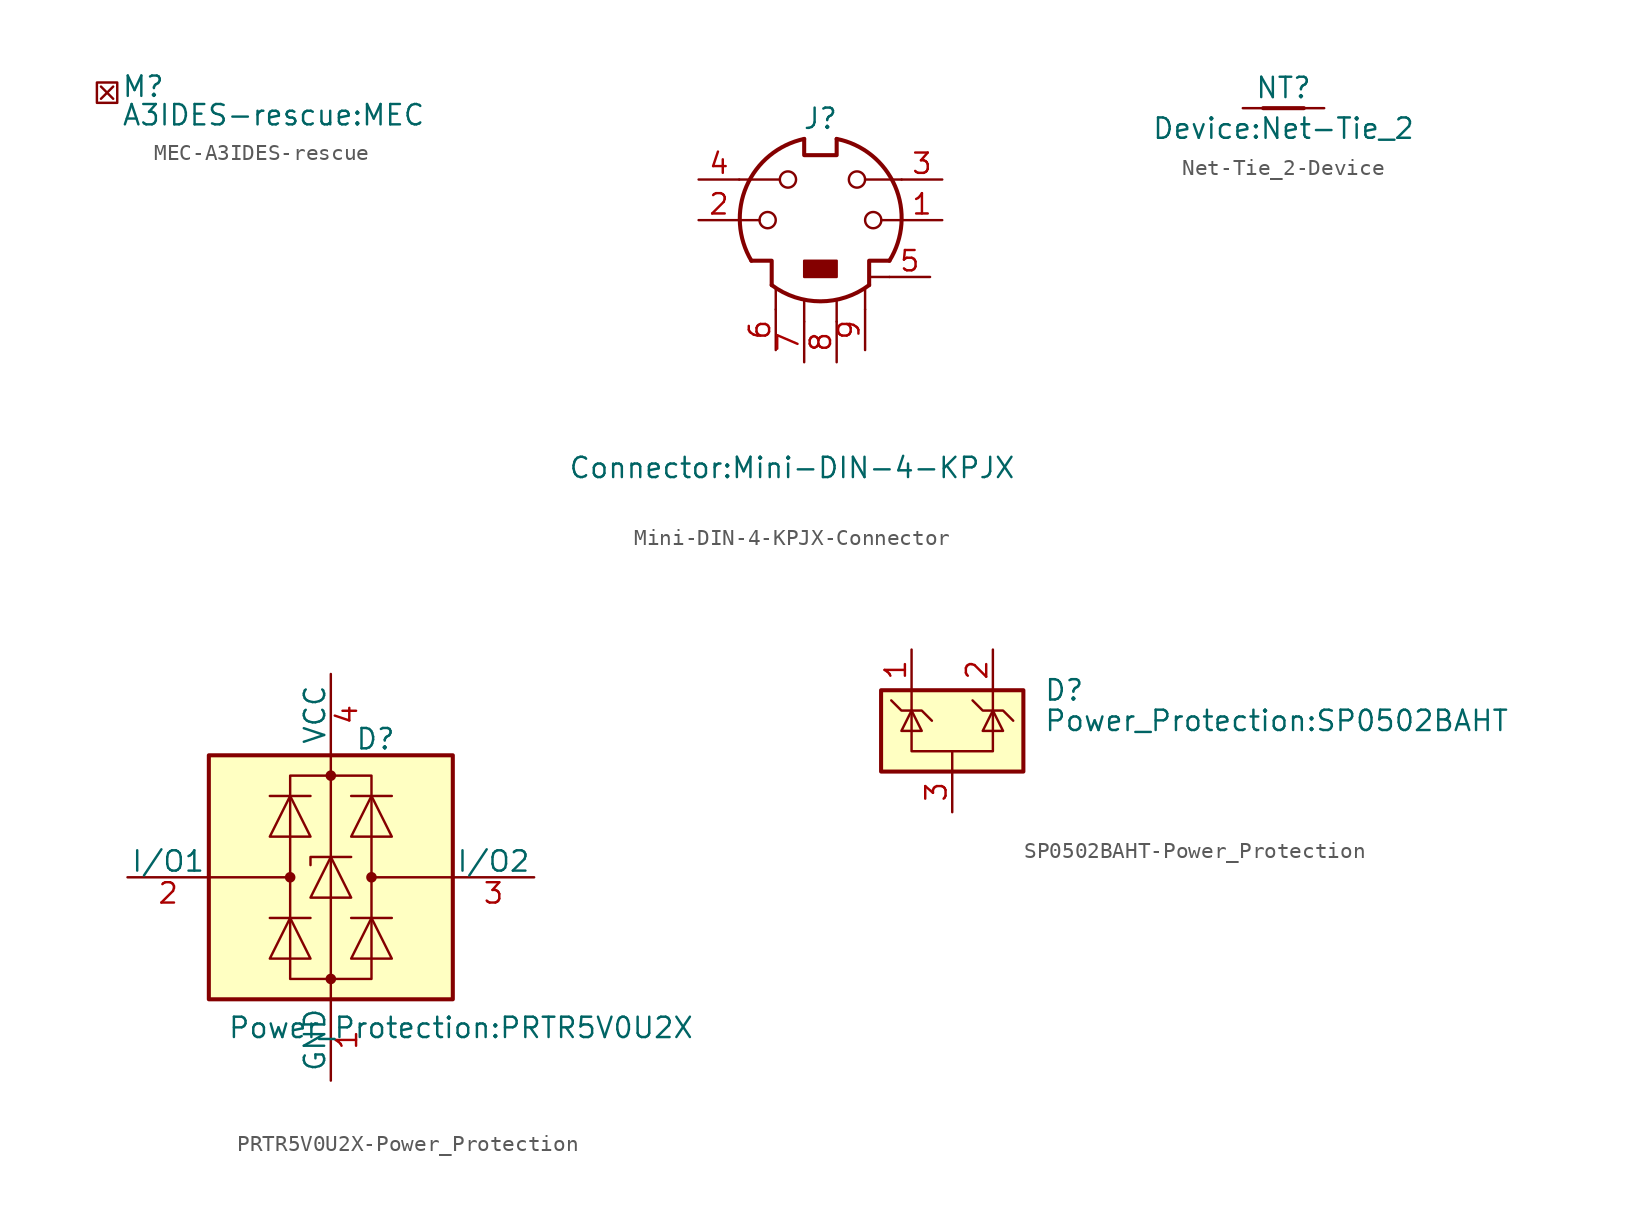
<source format=kicad_sym>
(kicad_symbol_lib
  (version 20231120)
  (generator "kicad_symbol_editor")
  (generator_version "8.0")
  (symbol "MEC-A3IDES-rescue"
    (pin_names
      (offset 1.016))
    (property "Reference" "M"
      (at 1.27 1.016 0)
      (effects (font (size 1.27 1.27)) (justify left)))
    (property "Value" "A3IDES-rescue:MEC"
      (at 1.27 -0.762 0)
      (effects (font (size 1.27 1.27)) (justify left)))
    (symbol "MEC-A3IDES-rescue_0_1"
      (rectangle (start -0.254 1.27) (end 1.016 0) (stroke (width 0) (type solid)) (fill (type none)))
      (polyline (pts (xy 0 0.254) (xy 0.762 1.016)) (stroke (width 0) (type solid)) (fill (type none)))
      (polyline (pts (xy 0.762 0.254) (xy 0 1.016)) (stroke (width 0) (type solid)) (fill (type none)))))
  (symbol "Mini-DIN-4-KPJX-Connector"
    (pin_names
      (offset 1.016))
    (property "Reference" "J"
      (at 0 6.35 0)
      (effects (font (size 1.27 1.27))))
    (property "Value" "Connector:Mini-DIN-4-KPJX"
      (at -1.778 -15.494 0)
      (effects (font (size 1.27 1.27))))
    (symbol "Mini-DIN-4-KPJX-Connector_0_1"
      (circle (center -3.302 0) (radius 0.508) (stroke (width 0) (type solid)) (fill (type none)))
      (arc (start -3.048 -4.064) (mid 0 -5.08) (end 3.048 -4.064) (stroke (width 0.254) (type solid)) (fill (type none)))
      (circle (center -2.032 2.54) (radius 0.508) (stroke (width 0) (type solid)) (fill (type none)))
      (rectangle (start -1.016 -2.54) (end 1.016 -3.556) (stroke (width 0) (type solid)) (fill (type outline)))
      (arc (start -1.016 5.08) (mid -4.6228 2.1214) (end -4.318 -2.54) (stroke (width 0.254) (type solid)) (fill (type none)))
      (polyline (pts (xy -3.81 0) (xy -5.08 0)) (stroke (width 0) (type solid)) (fill (type none)))
      (polyline (pts (xy -2.794 -5.588) (xy -2.794 -4.318)) (stroke (width 0) (type solid)) (fill (type none)))
      (polyline (pts (xy -2.54 2.54) (xy -5.08 2.54)) (stroke (width 0) (type solid)) (fill (type none)))
      (polyline (pts (xy -1.016 -6.35) (xy -1.016 -5.08)) (stroke (width 0) (type solid)) (fill (type none)))
      (polyline (pts (xy 1.016 -6.35) (xy 1.016 -5.08)) (stroke (width 0) (type solid)) (fill (type none)))
      (polyline (pts (xy 2.794 -5.588) (xy 2.794 -4.318)) (stroke (width 0) (type solid)) (fill (type none)))
      (polyline (pts (xy 2.794 2.54) (xy 5.08 2.54)) (stroke (width 0) (type solid)) (fill (type none)))
      (polyline (pts (xy 4.318 -3.556) (xy 3.048 -3.556)) (stroke (width 0) (type solid)) (fill (type none)))
      (polyline (pts (xy 5.08 0) (xy 3.81 0)) (stroke (width 0) (type solid)) (fill (type none)))
      (polyline (pts (xy -4.318 -2.54) (xy -3.048 -2.54) (xy -3.048 -4.064)) (stroke (width 0.254) (type solid)) (fill (type none)))
      (polyline (pts (xy 4.318 -2.54) (xy 3.048 -2.54) (xy 3.048 -4.064)) (stroke (width 0.254) (type solid)) (fill (type none)))
      (polyline (pts (xy -1.016 5.08) (xy -1.016 4.064) (xy 1.016 4.064) (xy 1.016 5.08)) (stroke (width 0.254) (type solid)) (fill (type none)))
      (circle (center 2.286 2.54) (radius 0.508) (stroke (width 0) (type solid)) (fill (type none)))
      (circle (center 3.302 0) (radius 0.508) (stroke (width 0) (type solid)) (fill (type none)))
      (arc (start 4.318 -2.54) (mid 4.6661 2.1322) (end 1.016 5.08) (stroke (width 0.254) (type solid)) (fill (type none))))
    (symbol "Mini-DIN-4-KPJX-Connector_1_1"
      (pin passive line (at 7.62 0 180) (length 2.54) (name "~" (effects (font (size 1.27 1.27)))) (number "1" (effects (font (size 1.27 1.27)))))
      (pin passive line (at -7.62 0 0) (length 2.54) (name "~" (effects (font (size 1.27 1.27)))) (number "2" (effects (font (size 1.27 1.27)))))
      (pin passive line (at 7.62 2.54 180) (length 2.54) (name "~" (effects (font (size 1.27 1.27)))) (number "3" (effects (font (size 1.27 1.27)))))
      (pin passive line (at -7.62 2.54 0) (length 2.54) (name "~" (effects (font (size 1.27 1.27)))) (number "4" (effects (font (size 1.27 1.27)))))
      (pin passive line (at 6.858 -3.556 180) (length 2.54) (name "~" (effects (font (size 1.27 1.27)))) (number "5" (effects (font (size 1.27 1.27)))))
      (pin passive line (at -2.794 -8.128 90) (length 2.54) (name "~" (effects (font (size 1.27 1.27)))) (number "6" (effects (font (size 1.27 1.27)))))
      (pin passive line (at -1.016 -8.89 90) (length 2.54) (name "~" (effects (font (size 1.27 1.27)))) (number "7" (effects (font (size 1.27 1.27)))))
      (pin passive line (at 1.016 -8.89 90) (length 2.54) (name "~" (effects (font (size 1.27 1.27)))) (number "8" (effects (font (size 1.27 1.27)))))
      (pin passive line (at 2.794 -8.128 90) (length 2.54) (name "~" (effects (font (size 1.27 1.27)))) (number "9" (effects (font (size 1.27 1.27)))))))
  (symbol "Net-Tie_2-Device"
    (pin_numbers hide)
    (pin_names
      (offset 0) hide)
    (property "Reference" "NT"
      (at 0 1.27 0)
      (effects (font (size 1.27 1.27))))
    (property "Value" "Device:Net-Tie_2"
      (at 0 -1.27 0)
      (effects (font (size 1.27 1.27))))
    (symbol "Net-Tie_2-Device_0_1"
      (polyline (pts (xy -1.27 0) (xy 1.27 0)) (stroke (width 0.254) (type solid)) (fill (type none))))
    (symbol "Net-Tie_2-Device_1_1"
      (pin passive line (at -2.54 0 0) (length 2.54) (name "1" (effects (font (size 1.27 1.27)))) (number "1" (effects (font (size 1.27 1.27)))))
      (pin passive line (at 2.54 0 180) (length 2.54) (name "2" (effects (font (size 1.27 1.27)))) (number "2" (effects (font (size 1.27 1.27)))))))
  (symbol "PRTR5V0U2X-Power_Protection"
    (pin_names
      (offset 0))
    (property "Reference" "D"
      (at 2.794 8.636 0)
      (effects (font (size 1.27 1.27))))
    (property "Value" "Power_Protection:PRTR5V0U2X"
      (at 8.128 -9.398 0)
      (effects (font (size 1.27 1.27))))
    (symbol "PRTR5V0U2X-Power_Protection_0_1"
      (rectangle (start -7.62 -7.62) (end 7.62 7.62) (stroke (width 0.254) (type solid)) (fill (type background)))
      (circle (center -2.54 0) (radius 0.254) (stroke (width 0) (type solid)) (fill (type outline)))
      (circle (center 0 -6.35) (radius 0.254) (stroke (width 0) (type solid)) (fill (type outline)))
      (polyline (pts (xy -2.54 -2.54) (xy -2.54 5.08)) (stroke (width 0) (type solid)) (fill (type none)))
      (polyline (pts (xy -2.54 0) (xy -7.62 0)) (stroke (width 0) (type solid)) (fill (type none)))
      (polyline (pts (xy -1.27 -2.54) (xy -3.81 -2.54)) (stroke (width 0) (type solid)) (fill (type none)))
      (polyline (pts (xy -1.27 5.08) (xy -3.81 5.08)) (stroke (width 0) (type solid)) (fill (type none)))
      (polyline (pts (xy 0 -7.62) (xy 0 -6.35)) (stroke (width 0) (type solid)) (fill (type none)))
      (polyline (pts (xy 0 -6.35) (xy 0 1.27)) (stroke (width 0) (type solid)) (fill (type none)))
      (polyline (pts (xy 0 1.27) (xy 0 6.35)) (stroke (width 0) (type solid)) (fill (type none)))
      (polyline (pts (xy 0 6.35) (xy 0 7.62)) (stroke (width 0) (type solid)) (fill (type none)))
      (polyline (pts (xy 1.27 -2.54) (xy 3.81 -2.54)) (stroke (width 0) (type solid)) (fill (type none)))
      (polyline (pts (xy 1.27 5.08) (xy 3.81 5.08)) (stroke (width 0) (type solid)) (fill (type none)))
      (polyline (pts (xy 2.54 -2.54) (xy 2.54 5.08)) (stroke (width 0) (type solid)) (fill (type none)))
      (polyline (pts (xy 2.54 0) (xy 7.62 0)) (stroke (width 0) (type solid)) (fill (type none)))
      (polyline (pts (xy 0 -6.35) (xy -2.54 -6.35) (xy -2.54 -2.54)) (stroke (width 0) (type solid)) (fill (type none)))
      (polyline (pts (xy 1.27 1.27) (xy -1.27 1.27) (xy -1.27 0.762)) (stroke (width 0) (type solid)) (fill (type none)))
      (polyline (pts (xy 2.54 -2.54) (xy 2.54 -6.35) (xy 0 -6.35)) (stroke (width 0) (type solid)) (fill (type none)))
      (polyline (pts (xy -3.81 -5.08) (xy -1.27 -5.08) (xy -2.54 -2.54) (xy -3.81 -5.08)) (stroke (width 0) (type solid)) (fill (type none)))
      (polyline (pts (xy -3.81 2.54) (xy -1.27 2.54) (xy -2.54 5.08) (xy -3.81 2.54)) (stroke (width 0) (type solid)) (fill (type none)))
      (polyline (pts (xy -2.54 5.08) (xy -2.54 6.35) (xy 2.54 6.35) (xy 2.54 5.08)) (stroke (width 0) (type solid)) (fill (type none)))
      (polyline (pts (xy -1.27 -1.27) (xy 1.27 -1.27) (xy 0 1.27) (xy -1.27 -1.27)) (stroke (width 0) (type solid)) (fill (type none)))
      (polyline (pts (xy 3.81 -5.08) (xy 1.27 -5.08) (xy 2.54 -2.54) (xy 3.81 -5.08)) (stroke (width 0) (type solid)) (fill (type none)))
      (polyline (pts (xy 3.81 2.54) (xy 1.27 2.54) (xy 2.54 5.08) (xy 3.81 2.54)) (stroke (width 0) (type solid)) (fill (type none)))
      (circle (center 0 6.35) (radius 0.254) (stroke (width 0) (type solid)) (fill (type outline)))
      (circle (center 2.54 0) (radius 0.254) (stroke (width 0) (type solid)) (fill (type outline))))
    (symbol "PRTR5V0U2X-Power_Protection_1_1"
      (pin power_in line (at 0 -12.7 90) (length 5.08) (name "GND" (effects (font (size 1.27 1.27)))) (number "1" (effects (font (size 1.27 1.27)))))
      (pin passive line (at -12.7 0 0) (length 5.08) (name "I/O1" (effects (font (size 1.27 1.27)))) (number "2" (effects (font (size 1.27 1.27)))))
      (pin passive line (at 12.7 0 180) (length 5.08) (name "I/O2" (effects (font (size 1.27 1.27)))) (number "3" (effects (font (size 1.27 1.27)))))
      (pin power_in line (at 0 12.7 270) (length 5.08) (name "VCC" (effects (font (size 1.27 1.27)))) (number "4" (effects (font (size 1.27 1.27)))))))
  (symbol "SP0502BAHT-Power_Protection"
    (pin_names
      (offset 1.016) hide)
    (property "Reference" "D"
      (at 5.715 2.54 0)
      (effects (font (size 1.27 1.27)) (justify left)))
    (property "Value" "Power_Protection:SP0502BAHT"
      (at 5.715 0.635 0)
      (effects (font (size 1.27 1.27)) (justify left)))
    (symbol "SP0502BAHT-Power_Protection_0_0"
      (pin input line (at 0 -5.08 90) (length 2.54) (name "A" (effects (font (size 1.27 1.27)))) (number "3" (effects (font (size 1.27 1.27))))))
    (symbol "SP0502BAHT-Power_Protection_0_1"
      (rectangle (start -4.445 2.54) (end 4.445 -2.54) (stroke (width 0.254) (type solid)) (fill (type background)))
      (polyline (pts (xy -2.54 2.54) (xy -2.54 1.27)) (stroke (width 0) (type solid)) (fill (type none)))
      (polyline (pts (xy 0 -1.27) (xy 0 -2.54)) (stroke (width 0) (type solid)) (fill (type none)))
      (polyline (pts (xy 2.54 2.54) (xy 2.54 1.27)) (stroke (width 0) (type solid)) (fill (type none)))
      (polyline (pts (xy -3.81 1.905) (xy -3.175 1.27) (xy -1.905 1.27) (xy -1.27 0.635)) (stroke (width 0) (type solid)) (fill (type none)))
      (polyline (pts (xy -2.54 1.27) (xy -2.54 -1.27) (xy 2.54 -1.27) (xy 2.54 1.27)) (stroke (width 0) (type solid)) (fill (type none)))
      (polyline (pts (xy -2.54 1.27) (xy -1.905 0) (xy -3.175 0) (xy -2.54 1.27)) (stroke (width 0) (type solid)) (fill (type none)))
      (polyline (pts (xy 1.27 1.905) (xy 1.905 1.27) (xy 3.175 1.27) (xy 3.81 0.635)) (stroke (width 0) (type solid)) (fill (type none)))
      (polyline (pts (xy 2.54 1.27) (xy 1.905 0) (xy 3.175 0) (xy 2.54 1.27)) (stroke (width 0) (type solid)) (fill (type none))))
    (symbol "SP0502BAHT-Power_Protection_1_1"
      (pin input line (at -2.54 5.08 270) (length 2.54) (name "K" (effects (font (size 1.27 1.27)))) (number "1" (effects (font (size 1.27 1.27)))))
      (pin input line (at 2.54 5.08 270) (length 2.54) (name "K" (effects (font (size 1.27 1.27)))) (number "2" (effects (font (size 1.27 1.27))))))))
</source>
